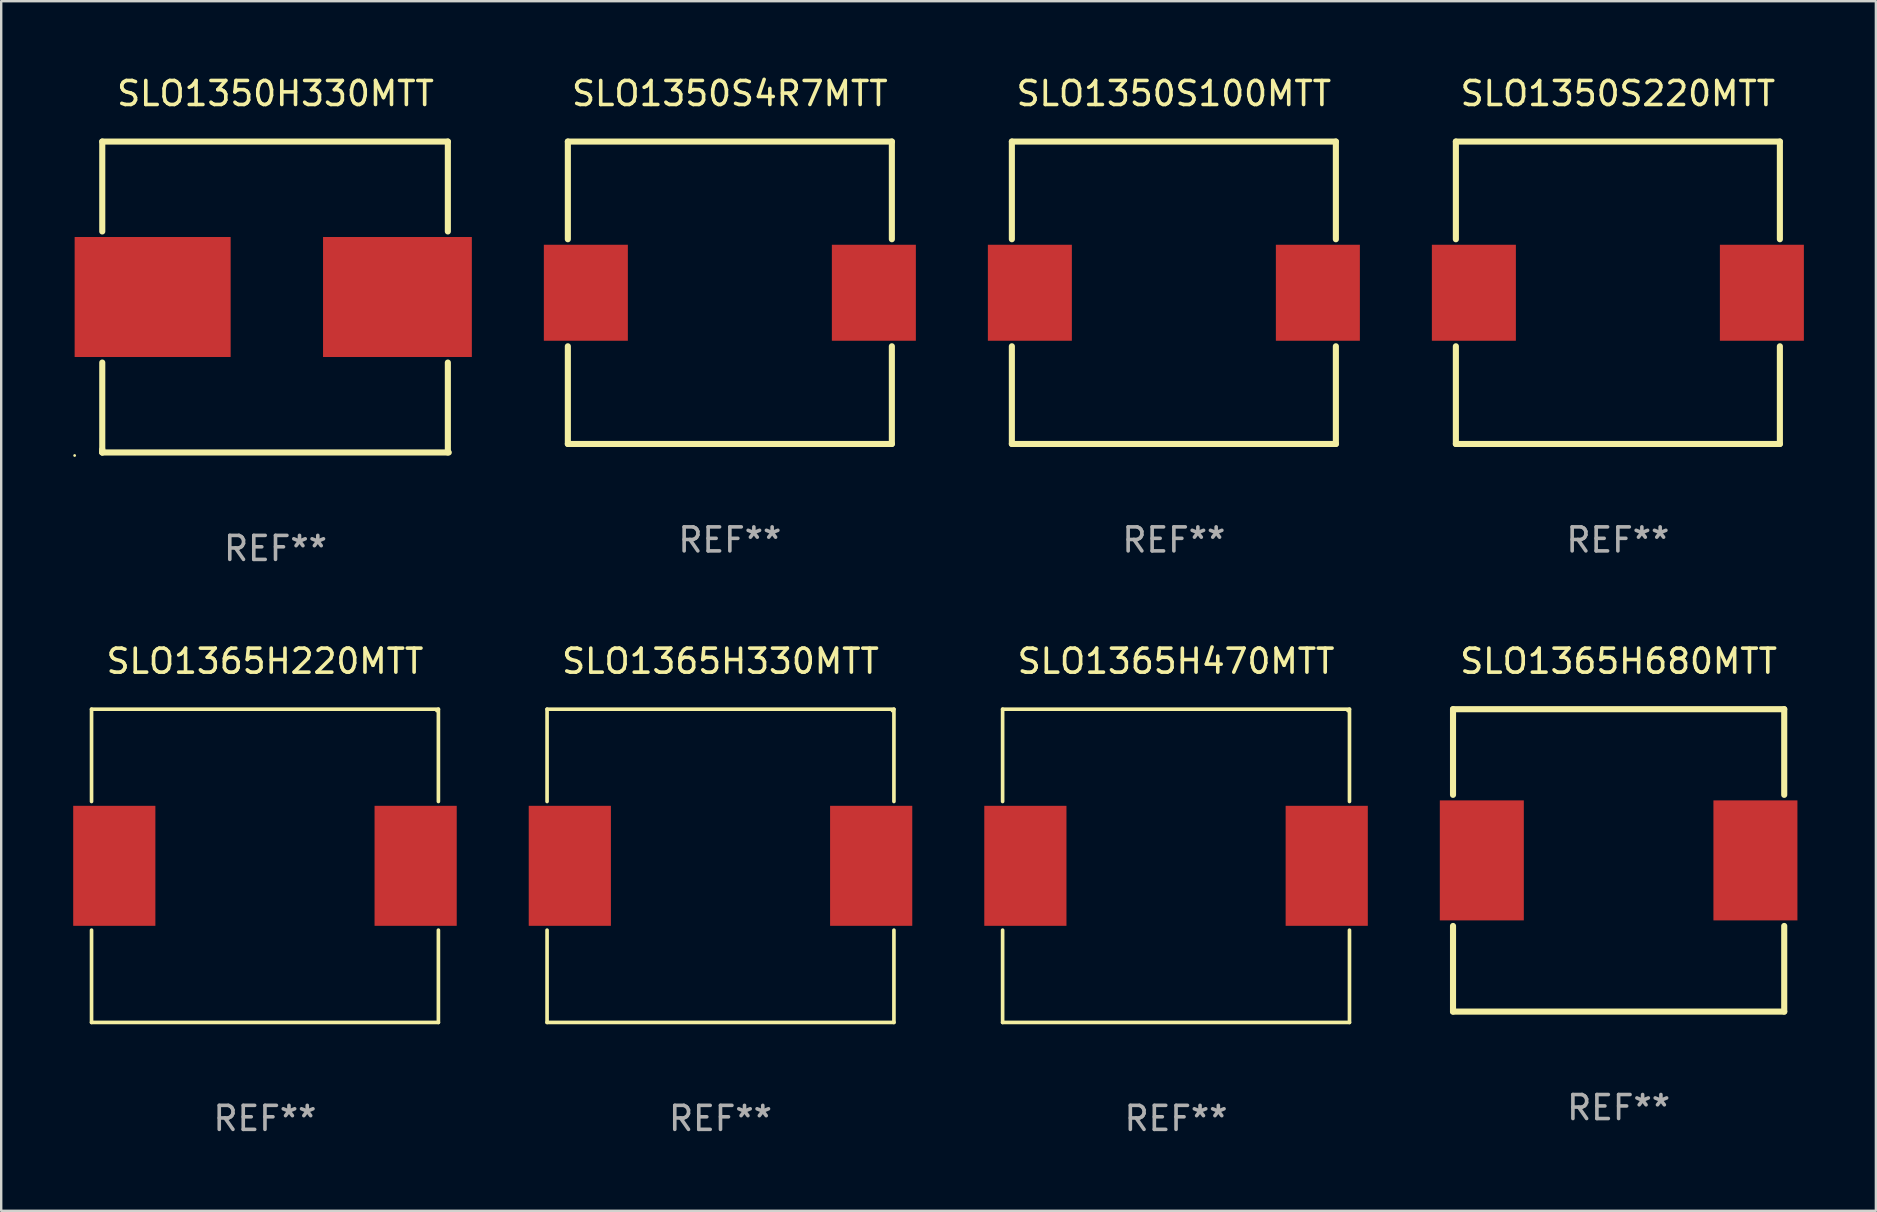
<source format=kicad_pcb>
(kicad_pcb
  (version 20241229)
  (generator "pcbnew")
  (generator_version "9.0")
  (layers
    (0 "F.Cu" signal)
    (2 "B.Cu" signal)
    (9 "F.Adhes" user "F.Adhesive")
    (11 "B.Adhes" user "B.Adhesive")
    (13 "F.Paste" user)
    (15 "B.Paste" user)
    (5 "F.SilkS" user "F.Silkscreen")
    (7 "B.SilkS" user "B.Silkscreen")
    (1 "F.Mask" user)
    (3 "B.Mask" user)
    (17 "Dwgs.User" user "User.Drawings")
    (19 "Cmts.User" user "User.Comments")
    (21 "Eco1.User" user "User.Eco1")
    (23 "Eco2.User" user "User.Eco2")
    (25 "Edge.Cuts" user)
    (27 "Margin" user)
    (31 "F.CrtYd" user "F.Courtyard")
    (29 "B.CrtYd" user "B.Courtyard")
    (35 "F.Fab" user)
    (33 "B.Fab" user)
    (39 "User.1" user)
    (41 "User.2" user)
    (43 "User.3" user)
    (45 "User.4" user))
  (footprint "SLO1365H680MTT"
    (layer "F.Cu")
    (at 64.391 32.799)
    (property "Reference" "SLO1365H680MTT" (at 0 -8.3 0) (layer "F.SilkS") (effects (font (size 1 1) (thickness 0.15))))
    (attr through_hole)
    (fp_line (start -6.9 -6.3) (end -6.9 -2.731) (stroke (width 0.254) (type solid)) (layer "F.SilkS"))
    (fp_line (start -6.9 -6.3) (end 6.9 -6.3) (stroke (width 0.254) (type solid)) (layer "F.SilkS"))
    (fp_line (start -6.9 2.731) (end -6.9 6.3) (stroke (width 0.254) (type solid)) (layer "F.SilkS"))
    (fp_line (start 6.9 -6.3) (end 6.9 -2.731) (stroke (width 0.254) (type solid)) (layer "F.SilkS"))
    (fp_line (start 6.9 2.731) (end 6.9 6.3) (stroke (width 0.254) (type solid)) (layer "F.SilkS"))
    (fp_line (start 6.9 6.3) (end -6.9 6.3) (stroke (width 0.254) (type solid)) (layer "F.SilkS"))
    (fp_circle (center -6.825 6.3) (end -6.795 6.3) (stroke (width 0.06) (type solid)) (fill no) (layer "F.SilkS"))
    (fp_text user "REF**" (at 0 10.3 0) (layer "F.Fab") (effects (font (size 1 1) (thickness 0.15))))
    (pad "1" smd rect (at -5.7 0 90) (size 5 3.5) (layers "F.Cu" "F.Mask" "F.Paste"))
    (pad "2" smd rect (at 5.7 0 90) (size 5 3.5) (layers "F.Cu" "F.Mask" "F.Paste")))
  (footprint "SLO1350S4R7MTT"
    (layer "F.Cu")
    (at 27.36 9.148)
    (property "Reference" "SLO1350S4R7MTT" (at 0 -8.3 0) (layer "F.SilkS") (effects (font (size 1 1) (thickness 0.15))))
    (attr through_hole)
    (fp_line (start -6.75 -6.3) (end 6.75 -6.3) (stroke (width 0.254) (type solid)) (layer "F.SilkS"))
    (fp_line (start -6.75 -2.23) (end -6.75 -6.3) (stroke (width 0.254) (type solid)) (layer "F.SilkS"))
    (fp_line (start -6.75 6.3) (end -6.75 2.23) (stroke (width 0.254) (type solid)) (layer "F.SilkS"))
    (fp_line (start 6.75 -2.23) (end 6.75 -6.3) (stroke (width 0.254) (type solid)) (layer "F.SilkS"))
    (fp_line (start 6.75 6.3) (end -6.75 6.3) (stroke (width 0.254) (type solid)) (layer "F.SilkS"))
    (fp_line (start 6.75 6.3) (end 6.75 2.23) (stroke (width 0.254) (type solid)) (layer "F.SilkS"))
    (fp_circle (center -6.75 6.3) (end -6.72 6.3) (stroke (width 0.06) (type solid)) (fill no) (layer "F.SilkS"))
    (fp_text user "REF**" (at 0 10.3 0) (layer "F.Fab") (effects (font (size 1 1) (thickness 0.15))))
    (pad "1" smd rect (at -6 0 90) (size 4 3.5) (layers "F.Cu" "F.Mask" "F.Paste"))
    (pad "2" smd rect (at 6 0 90) (size 4 3.5) (layers "F.Cu" "F.Mask" "F.Paste")))
  (footprint "SLO1365H220MTT"
    (layer "F.Cu")
    (at 7.99 33.025)
    (property "Reference" "SLO1365H220MTT" (at 0 -8.526 0) (layer "F.SilkS") (effects (font (size 1 1) (thickness 0.15))))
    (attr through_hole)
    (fp_line (start -7.226 -6.526) (end 7.226 -6.526) (stroke (width 0.152) (type solid)) (layer "F.SilkS"))
    (fp_line (start -7.226 -2.68) (end -7.226 -6.526) (stroke (width 0.152) (type solid)) (layer "F.SilkS"))
    (fp_line (start -7.226 6.526) (end -7.226 2.68) (stroke (width 0.152) (type solid)) (layer "F.SilkS"))
    (fp_line (start -7.226 6.526) (end 7.226 6.526) (stroke (width 0.152) (type solid)) (layer "F.SilkS"))
    (fp_line (start 7.226 -6.526) (end 7.226 -2.68) (stroke (width 0.152) (type solid)) (layer "F.SilkS"))
    (fp_line (start 7.226 2.68) (end 7.226 6.526) (stroke (width 0.152) (type solid)) (layer "F.SilkS"))
    (fp_circle (center 7.15 -6.45) (end 7.18 -6.45) (stroke (width 0.06) (type solid)) (fill no) (layer "F.SilkS"))
    (fp_text user "REF**" (at 0 10.526 0) (layer "F.Fab") (effects (font (size 1 1) (thickness 0.15))))
    (pad "1" smd rect (at 6.278 0) (size 3.424 5) (layers "F.Cu" "F.Mask" "F.Paste"))
    (pad "2" smd rect (at -6.278 0) (size 3.424 5) (layers "F.Cu" "F.Mask" "F.Paste")))
  (footprint "SLO1350H330MTT"
    (layer "F.Cu")
    (at 8.429 9.325)
    (property "Reference" "SLO1350H330MTT" (at 0 -8.477 0) (layer "F.SilkS") (effects (font (size 1 1) (thickness 0.15))))
    (attr through_hole)
    (fp_line (start -7.218 -2.731) (end -7.218 -6.477) (stroke (width 0.254) (type solid)) (layer "F.SilkS"))
    (fp_line (start -7.218 6.35) (end -7.218 6.477) (stroke (width 0.254) (type solid)) (layer "F.SilkS"))
    (fp_line (start -7.218 6.477) (end -7.218 2.731) (stroke (width 0.254) (type solid)) (layer "F.SilkS"))
    (fp_line (start -7.218 6.477) (end 7.219 6.477) (stroke (width 0.254) (type solid)) (layer "F.SilkS"))
    (fp_line (start 7.181 -6.477) (end -7.219 -6.477) (stroke (width 0.254) (type solid)) (layer "F.SilkS"))
    (fp_line (start 7.181 -6.477) (end 7.181 -2.731) (stroke (width 0.254) (type solid)) (layer "F.SilkS"))
    (fp_line (start 7.181 2.731) (end 7.181 6.477) (stroke (width 0.254) (type solid)) (layer "F.SilkS"))
    (fp_circle (center -8.369 6.604) (end -8.339 6.604) (stroke (width 0.06) (type solid)) (fill no) (layer "F.SilkS"))
    (fp_text user "REF**" (at 0 10.477 0) (layer "F.Fab") (effects (font (size 1 1) (thickness 0.15))))
    (pad "1" smd rect (at -5.119 0 90) (size 5 6.5) (layers "F.Cu" "F.Mask" "F.Paste"))
    (pad "2" smd rect (at 5.081 0 270) (size 5 6.2) (layers "F.Cu" "F.Mask" "F.Paste")))
  (footprint "SLO1365H470MTT"
    (layer "F.Cu")
    (at 45.951 33.025)
    (property "Reference" "SLO1365H470MTT" (at 0 -8.526 0) (layer "F.SilkS") (effects (font (size 1 1) (thickness 0.15))))
    (attr through_hole)
    (fp_line (start -7.226 -6.526) (end 7.226 -6.526) (stroke (width 0.152) (type solid)) (layer "F.SilkS"))
    (fp_line (start -7.226 -2.68) (end -7.226 -6.526) (stroke (width 0.152) (type solid)) (layer "F.SilkS"))
    (fp_line (start -7.226 6.526) (end -7.226 2.68) (stroke (width 0.152) (type solid)) (layer "F.SilkS"))
    (fp_line (start -7.226 6.526) (end 7.226 6.526) (stroke (width 0.152) (type solid)) (layer "F.SilkS"))
    (fp_line (start 7.226 -6.526) (end 7.226 -2.68) (stroke (width 0.152) (type solid)) (layer "F.SilkS"))
    (fp_line (start 7.226 2.68) (end 7.226 6.526) (stroke (width 0.152) (type solid)) (layer "F.SilkS"))
    (fp_circle (center 7.15 -6.45) (end 7.18 -6.45) (stroke (width 0.06) (type solid)) (fill no) (layer "F.SilkS"))
    (fp_text user "REF**" (at 0 10.526 0) (layer "F.Fab") (effects (font (size 1 1) (thickness 0.15))))
    (pad "1" smd rect (at 6.278 0) (size 3.424 5) (layers "F.Cu" "F.Mask" "F.Paste"))
    (pad "2" smd rect (at -6.278 0) (size 3.424 5) (layers "F.Cu" "F.Mask" "F.Paste")))
  (footprint "SLO1350S100MTT"
    (layer "F.Cu")
    (at 45.86 9.148)
    (property "Reference" "SLO1350S100MTT" (at 0 -8.3 0) (layer "F.SilkS") (effects (font (size 1 1) (thickness 0.15))))
    (attr through_hole)
    (fp_line (start -6.75 -6.3) (end 6.75 -6.3) (stroke (width 0.254) (type solid)) (layer "F.SilkS"))
    (fp_line (start -6.75 -2.23) (end -6.75 -6.3) (stroke (width 0.254) (type solid)) (layer "F.SilkS"))
    (fp_line (start -6.75 6.3) (end -6.75 2.23) (stroke (width 0.254) (type solid)) (layer "F.SilkS"))
    (fp_line (start 6.75 -2.23) (end 6.75 -6.3) (stroke (width 0.254) (type solid)) (layer "F.SilkS"))
    (fp_line (start 6.75 6.3) (end -6.75 6.3) (stroke (width 0.254) (type solid)) (layer "F.SilkS"))
    (fp_line (start 6.75 6.3) (end 6.75 2.23) (stroke (width 0.254) (type solid)) (layer "F.SilkS"))
    (fp_circle (center -6.75 6.3) (end -6.72 6.3) (stroke (width 0.06) (type solid)) (fill no) (layer "F.SilkS"))
    (fp_text user "REF**" (at 0 10.3 0) (layer "F.Fab") (effects (font (size 1 1) (thickness 0.15))))
    (pad "1" smd rect (at -6 0 90) (size 4 3.5) (layers "F.Cu" "F.Mask" "F.Paste"))
    (pad "2" smd rect (at 6 0 90) (size 4 3.5) (layers "F.Cu" "F.Mask" "F.Paste")))
  (footprint "SLO1365H330MTT"
    (layer "F.Cu")
    (at 26.97 33.025)
    (property "Reference" "SLO1365H330MTT" (at 0 -8.526 0) (layer "F.SilkS") (effects (font (size 1 1) (thickness 0.15))))
    (attr through_hole)
    (fp_line (start -7.226 -6.526) (end 7.226 -6.526) (stroke (width 0.152) (type solid)) (layer "F.SilkS"))
    (fp_line (start -7.226 -2.68) (end -7.226 -6.526) (stroke (width 0.152) (type solid)) (layer "F.SilkS"))
    (fp_line (start -7.226 6.526) (end -7.226 2.68) (stroke (width 0.152) (type solid)) (layer "F.SilkS"))
    (fp_line (start -7.226 6.526) (end 7.226 6.526) (stroke (width 0.152) (type solid)) (layer "F.SilkS"))
    (fp_line (start 7.226 -6.526) (end 7.226 -2.68) (stroke (width 0.152) (type solid)) (layer "F.SilkS"))
    (fp_line (start 7.226 2.68) (end 7.226 6.526) (stroke (width 0.152) (type solid)) (layer "F.SilkS"))
    (fp_circle (center 7.15 -6.45) (end 7.18 -6.45) (stroke (width 0.06) (type solid)) (fill no) (layer "F.SilkS"))
    (fp_text user "REF**" (at 0 10.526 0) (layer "F.Fab") (effects (font (size 1 1) (thickness 0.15))))
    (pad "1" smd rect (at 6.278 0) (size 3.424 5) (layers "F.Cu" "F.Mask" "F.Paste"))
    (pad "2" smd rect (at -6.278 0) (size 3.424 5) (layers "F.Cu" "F.Mask" "F.Paste")))
  (footprint "SLO1350S220MTT"
    (layer "F.Cu")
    (at 64.36 9.148)
    (property "Reference" "SLO1350S220MTT" (at 0 -8.3 0) (layer "F.SilkS") (effects (font (size 1 1) (thickness 0.15))))
    (attr through_hole)
    (fp_line (start -6.75 -6.3) (end 6.75 -6.3) (stroke (width 0.254) (type solid)) (layer "F.SilkS"))
    (fp_line (start -6.75 -2.23) (end -6.75 -6.3) (stroke (width 0.254) (type solid)) (layer "F.SilkS"))
    (fp_line (start -6.75 6.3) (end -6.75 2.23) (stroke (width 0.254) (type solid)) (layer "F.SilkS"))
    (fp_line (start 6.75 -2.23) (end 6.75 -6.3) (stroke (width 0.254) (type solid)) (layer "F.SilkS"))
    (fp_line (start 6.75 6.3) (end -6.75 6.3) (stroke (width 0.254) (type solid)) (layer "F.SilkS"))
    (fp_line (start 6.75 6.3) (end 6.75 2.23) (stroke (width 0.254) (type solid)) (layer "F.SilkS"))
    (fp_circle (center -6.75 6.3) (end -6.72 6.3) (stroke (width 0.06) (type solid)) (fill no) (layer "F.SilkS"))
    (fp_text user "REF**" (at 0 10.3 0) (layer "F.Fab") (effects (font (size 1 1) (thickness 0.15))))
    (pad "1" smd rect (at -6 0 90) (size 4 3.5) (layers "F.Cu" "F.Mask" "F.Paste"))
    (pad "2" smd rect (at 6 0 90) (size 4 3.5) (layers "F.Cu" "F.Mask" "F.Paste")))
  (gr_rect
    (start -3 -3)
    (end 75.11 47.399)
    (stroke (width 0.1) (type default))
    (fill no)
    (layer "Edge.Cuts")))
</source>
